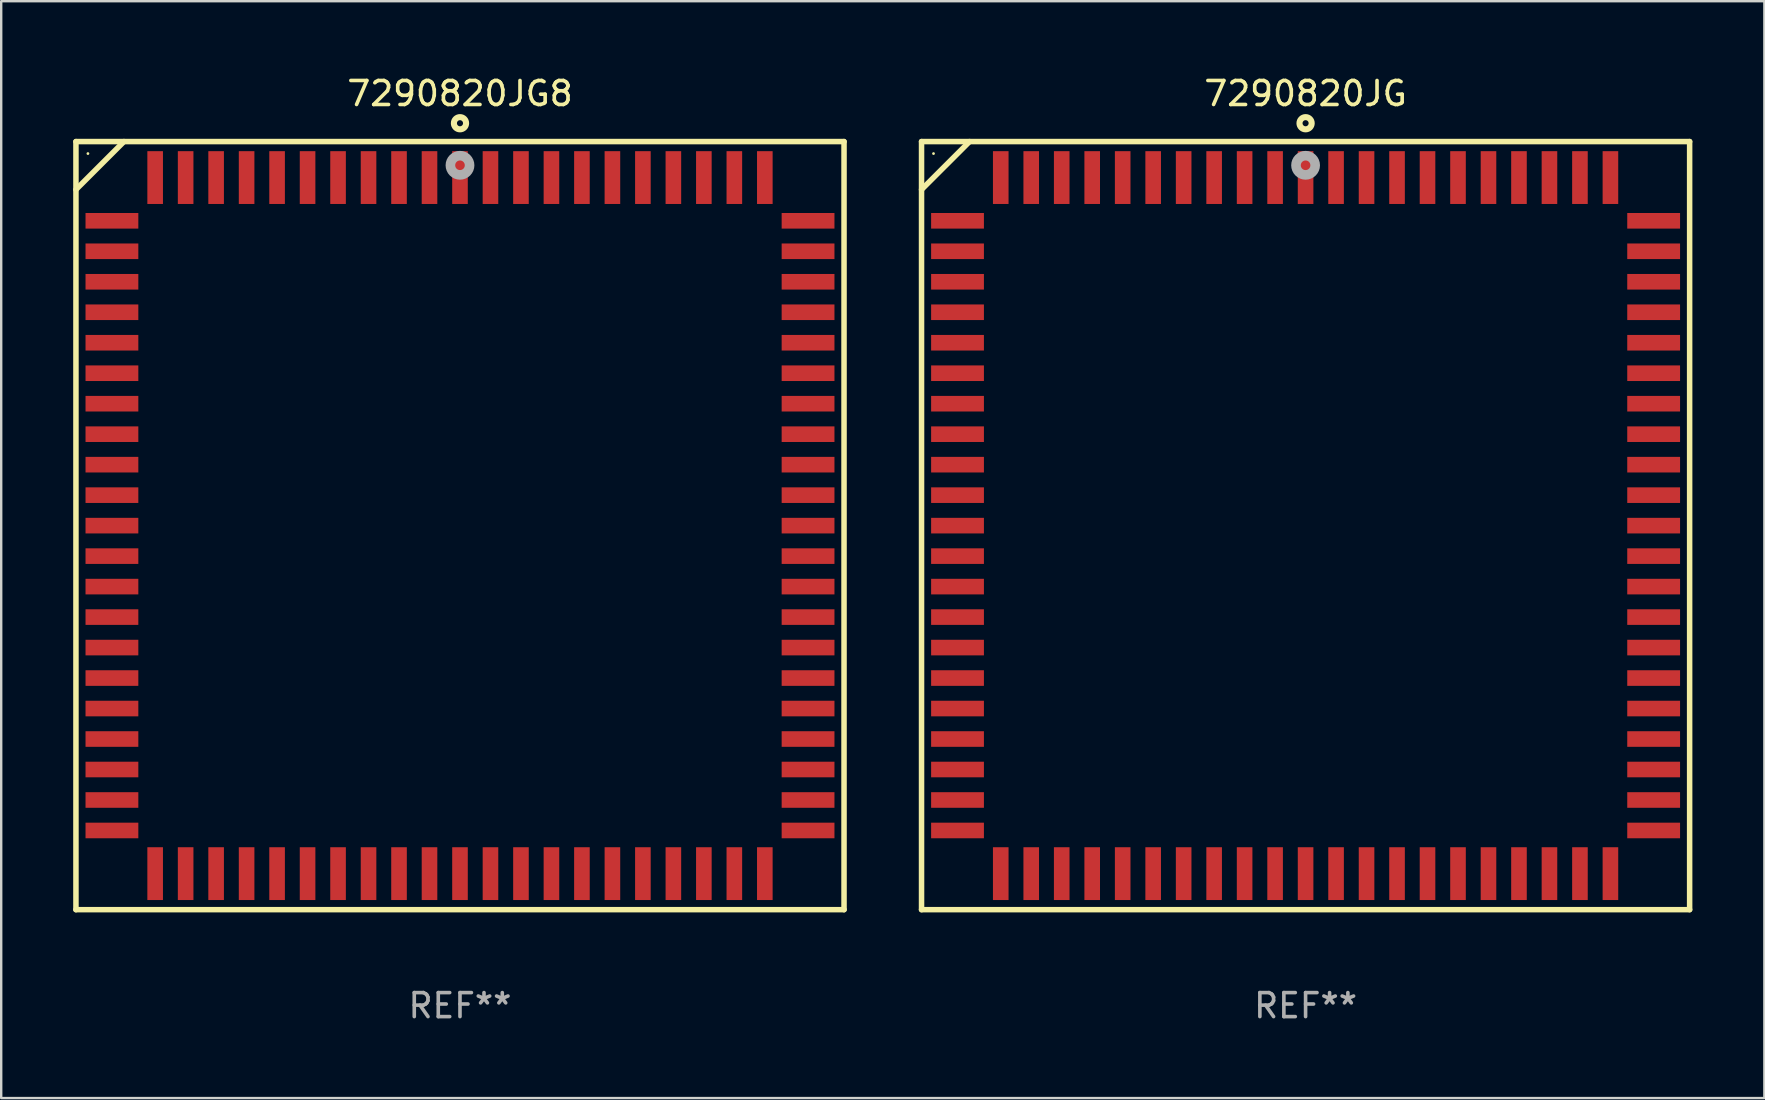
<source format=kicad_pcb>
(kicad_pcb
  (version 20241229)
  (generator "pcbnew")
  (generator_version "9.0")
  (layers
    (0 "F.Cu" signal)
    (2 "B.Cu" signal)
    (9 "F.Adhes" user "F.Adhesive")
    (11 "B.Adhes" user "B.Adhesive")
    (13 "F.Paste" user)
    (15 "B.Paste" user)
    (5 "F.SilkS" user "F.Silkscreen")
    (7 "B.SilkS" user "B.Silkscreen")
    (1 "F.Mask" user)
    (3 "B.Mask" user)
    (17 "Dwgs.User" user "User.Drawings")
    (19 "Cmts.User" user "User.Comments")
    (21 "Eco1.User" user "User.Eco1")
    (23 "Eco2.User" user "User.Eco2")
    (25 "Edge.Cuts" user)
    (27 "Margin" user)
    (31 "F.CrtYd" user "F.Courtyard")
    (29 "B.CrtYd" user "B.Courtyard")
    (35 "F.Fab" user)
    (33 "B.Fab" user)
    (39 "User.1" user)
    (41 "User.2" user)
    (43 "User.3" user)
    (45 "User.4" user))
  (footprint "7290820JG8"
    (layer "F.Cu")
    (at 16.114 18.848)
    (property "Reference" "7290820JG8" (at 0 -18 0) (layer "F.SilkS") (effects (font (size 1 1) (thickness 0.15))))
    (attr through_hole)
    (fp_line (start -16 -16) (end -16 16) (stroke (width 0.229) (type solid)) (layer "F.SilkS"))
    (fp_line (start -16 16) (end 16 16) (stroke (width 0.229) (type solid)) (layer "F.SilkS"))
    (fp_line (start -14 -16) (end -16 -14) (stroke (width 0.229) (type solid)) (layer "F.SilkS"))
    (fp_line (start 16 -16) (end -16 -16) (stroke (width 0.229) (type solid)) (layer "F.SilkS"))
    (fp_line (start 16 16) (end 16 -16) (stroke (width 0.229) (type solid)) (layer "F.SilkS"))
    (fp_circle (center -15.501 -15.5) (end -15.471 -15.5) (stroke (width 0.06) (type solid)) (fill no) (layer "F.SilkS"))
    (fp_circle (center 0 -16.764) (end 0.254 -16.764) (stroke (width 0.254) (type solid)) (fill no) (layer "F.SilkS"))
    (fp_circle (center 0.000102 -15.012) (end 0.2 -15.012) (stroke (width 0.4) (type solid)) (fill no) (layer "F.Fab"))
    (fp_text user "REF**" (at 0 20 0) (layer "F.Fab") (effects (font (size 1 1) (thickness 0.15))))
    (pad "1" smd rect (at 0 -14.5 180) (size 0.65 2.2) (layers "F.Cu" "F.Mask" "F.Paste"))
    (pad "2" smd rect (at -1.27 -14.5 180) (size 0.65 2.2) (layers "F.Cu" "F.Mask" "F.Paste"))
    (pad "3" smd rect (at -2.54 -14.5 180) (size 0.65 2.2) (layers "F.Cu" "F.Mask" "F.Paste"))
    (pad "4" smd rect (at -3.81 -14.5 180) (size 0.65 2.2) (layers "F.Cu" "F.Mask" "F.Paste"))
    (pad "5" smd rect (at -5.08 -14.5 180) (size 0.65 2.2) (layers "F.Cu" "F.Mask" "F.Paste"))
    (pad "6" smd rect (at -6.35 -14.5 180) (size 0.65 2.2) (layers "F.Cu" "F.Mask" "F.Paste"))
    (pad "7" smd rect (at -7.62 -14.5 180) (size 0.65 2.2) (layers "F.Cu" "F.Mask" "F.Paste"))
    (pad "8" smd rect (at -8.89 -14.5 180) (size 0.65 2.2) (layers "F.Cu" "F.Mask" "F.Paste"))
    (pad "9" smd rect (at -10.16 -14.5 180) (size 0.65 2.2) (layers "F.Cu" "F.Mask" "F.Paste"))
    (pad "10" smd rect (at -11.43 -14.5 180) (size 0.65 2.2) (layers "F.Cu" "F.Mask" "F.Paste"))
    (pad "11" smd rect (at -12.7 -14.5 180) (size 0.65 2.2) (layers "F.Cu" "F.Mask" "F.Paste"))
    (pad "12" smd rect (at -14.501 -12.699 180) (size 2.2 0.65) (layers "F.Cu" "F.Mask" "F.Paste"))
    (pad "13" smd rect (at -14.501 -11.429 180) (size 2.2 0.65) (layers "F.Cu" "F.Mask" "F.Paste"))
    (pad "14" smd rect (at -14.501 -10.159 180) (size 2.2 0.65) (layers "F.Cu" "F.Mask" "F.Paste"))
    (pad "15" smd rect (at -14.501 -8.889 180) (size 2.2 0.65) (layers "F.Cu" "F.Mask" "F.Paste"))
    (pad "16" smd rect (at -14.501 -7.619 180) (size 2.2 0.65) (layers "F.Cu" "F.Mask" "F.Paste"))
    (pad "17" smd rect (at -14.501 -6.349 180) (size 2.2 0.65) (layers "F.Cu" "F.Mask" "F.Paste"))
    (pad "18" smd rect (at -14.501 -5.079 180) (size 2.2 0.65) (layers "F.Cu" "F.Mask" "F.Paste"))
    (pad "19" smd rect (at -14.501 -3.809 180) (size 2.2 0.65) (layers "F.Cu" "F.Mask" "F.Paste"))
    (pad "20" smd rect (at -14.501 -2.539 180) (size 2.2 0.65) (layers "F.Cu" "F.Mask" "F.Paste"))
    (pad "21" smd rect (at -14.501 -1.269 180) (size 2.2 0.65) (layers "F.Cu" "F.Mask" "F.Paste"))
    (pad "22" smd rect (at -14.501 0.001 180) (size 2.2 0.65) (layers "F.Cu" "F.Mask" "F.Paste"))
    (pad "23" smd rect (at -14.501 1.271 180) (size 2.2 0.65) (layers "F.Cu" "F.Mask" "F.Paste"))
    (pad "24" smd rect (at -14.501 2.541 180) (size 2.2 0.65) (layers "F.Cu" "F.Mask" "F.Paste"))
    (pad "25" smd rect (at -14.501 3.811 180) (size 2.2 0.65) (layers "F.Cu" "F.Mask" "F.Paste"))
    (pad "26" smd rect (at -14.501 5.081 180) (size 2.2 0.65) (layers "F.Cu" "F.Mask" "F.Paste"))
    (pad "27" smd rect (at -14.501 6.351 180) (size 2.2 0.65) (layers "F.Cu" "F.Mask" "F.Paste"))
    (pad "28" smd rect (at -14.501 7.621 180) (size 2.2 0.65) (layers "F.Cu" "F.Mask" "F.Paste"))
    (pad "29" smd rect (at -14.501 8.891 180) (size 2.2 0.65) (layers "F.Cu" "F.Mask" "F.Paste"))
    (pad "30" smd rect (at -14.501 10.161 180) (size 2.2 0.65) (layers "F.Cu" "F.Mask" "F.Paste"))
    (pad "31" smd rect (at -14.501 11.431 180) (size 2.2 0.65) (layers "F.Cu" "F.Mask" "F.Paste"))
    (pad "32" smd rect (at -14.501 12.701 180) (size 2.2 0.65) (layers "F.Cu" "F.Mask" "F.Paste"))
    (pad "33" smd rect (at -12.7 14.499 180) (size 0.65 2.2) (layers "F.Cu" "F.Mask" "F.Paste"))
    (pad "34" smd rect (at -11.43 14.499 180) (size 0.65 2.2) (layers "F.Cu" "F.Mask" "F.Paste"))
    (pad "35" smd rect (at -10.16 14.499 180) (size 0.65 2.2) (layers "F.Cu" "F.Mask" "F.Paste"))
    (pad "36" smd rect (at -8.89 14.499 180) (size 0.65 2.2) (layers "F.Cu" "F.Mask" "F.Paste"))
    (pad "37" smd rect (at -7.62 14.499 180) (size 0.65 2.2) (layers "F.Cu" "F.Mask" "F.Paste"))
    (pad "38" smd rect (at -6.35 14.499 180) (size 0.65 2.2) (layers "F.Cu" "F.Mask" "F.Paste"))
    (pad "39" smd rect (at -5.08 14.499 180) (size 0.65 2.2) (layers "F.Cu" "F.Mask" "F.Paste"))
    (pad "40" smd rect (at -3.81 14.499 180) (size 0.65 2.2) (layers "F.Cu" "F.Mask" "F.Paste"))
    (pad "41" smd rect (at -2.54 14.499 180) (size 0.65 2.2) (layers "F.Cu" "F.Mask" "F.Paste"))
    (pad "42" smd rect (at -1.27 14.499 180) (size 0.65 2.2) (layers "F.Cu" "F.Mask" "F.Paste"))
    (pad "43" smd rect (at 0 14.499 180) (size 0.65 2.2) (layers "F.Cu" "F.Mask" "F.Paste"))
    (pad "44" smd rect (at 1.27 14.499 180) (size 0.65 2.2) (layers "F.Cu" "F.Mask" "F.Paste"))
    (pad "45" smd rect (at 2.54 14.499 180) (size 0.65 2.2) (layers "F.Cu" "F.Mask" "F.Paste"))
    (pad "46" smd rect (at 3.81 14.499 180) (size 0.65 2.2) (layers "F.Cu" "F.Mask" "F.Paste"))
    (pad "47" smd rect (at 5.08 14.499 180) (size 0.65 2.2) (layers "F.Cu" "F.Mask" "F.Paste"))
    (pad "48" smd rect (at 6.35 14.499 180) (size 0.65 2.2) (layers "F.Cu" "F.Mask" "F.Paste"))
    (pad "49" smd rect (at 7.62 14.499 180) (size 0.65 2.2) (layers "F.Cu" "F.Mask" "F.Paste"))
    (pad "50" smd rect (at 8.89 14.499 180) (size 0.65 2.2) (layers "F.Cu" "F.Mask" "F.Paste"))
    (pad "51" smd rect (at 10.16 14.499 180) (size 0.65 2.2) (layers "F.Cu" "F.Mask" "F.Paste"))
    (pad "52" smd rect (at 11.43 14.499 180) (size 0.65 2.2) (layers "F.Cu" "F.Mask" "F.Paste"))
    (pad "53" smd rect (at 12.7 14.499 180) (size 0.65 2.2) (layers "F.Cu" "F.Mask" "F.Paste"))
    (pad "54" smd rect (at 14.501 12.701 180) (size 2.2 0.65) (layers "F.Cu" "F.Mask" "F.Paste"))
    (pad "55" smd rect (at 14.501 11.431 180) (size 2.2 0.65) (layers "F.Cu" "F.Mask" "F.Paste"))
    (pad "56" smd rect (at 14.501 10.161 180) (size 2.2 0.65) (layers "F.Cu" "F.Mask" "F.Paste"))
    (pad "57" smd rect (at 14.501 8.891 180) (size 2.2 0.65) (layers "F.Cu" "F.Mask" "F.Paste"))
    (pad "58" smd rect (at 14.501 7.621 180) (size 2.2 0.65) (layers "F.Cu" "F.Mask" "F.Paste"))
    (pad "59" smd rect (at 14.501 6.351 180) (size 2.2 0.65) (layers "F.Cu" "F.Mask" "F.Paste"))
    (pad "60" smd rect (at 14.501 5.081 180) (size 2.2 0.65) (layers "F.Cu" "F.Mask" "F.Paste"))
    (pad "61" smd rect (at 14.501 3.811 180) (size 2.2 0.65) (layers "F.Cu" "F.Mask" "F.Paste"))
    (pad "62" smd rect (at 14.501 2.541 180) (size 2.2 0.65) (layers "F.Cu" "F.Mask" "F.Paste"))
    (pad "63" smd rect (at 14.501 1.271 180) (size 2.2 0.65) (layers "F.Cu" "F.Mask" "F.Paste"))
    (pad "64" smd rect (at 14.501 0.001 180) (size 2.2 0.65) (layers "F.Cu" "F.Mask" "F.Paste"))
    (pad "65" smd rect (at 14.501 -1.269 180) (size 2.2 0.65) (layers "F.Cu" "F.Mask" "F.Paste"))
    (pad "66" smd rect (at 14.501 -2.539 180) (size 2.2 0.65) (layers "F.Cu" "F.Mask" "F.Paste"))
    (pad "67" smd rect (at 14.501 -3.809 180) (size 2.2 0.65) (layers "F.Cu" "F.Mask" "F.Paste"))
    (pad "68" smd rect (at 14.501 -5.079 180) (size 2.2 0.65) (layers "F.Cu" "F.Mask" "F.Paste"))
    (pad "69" smd rect (at 14.501 -6.349 180) (size 2.2 0.65) (layers "F.Cu" "F.Mask" "F.Paste"))
    (pad "70" smd rect (at 14.501 -7.619 180) (size 2.2 0.65) (layers "F.Cu" "F.Mask" "F.Paste"))
    (pad "71" smd rect (at 14.501 -8.889 180) (size 2.2 0.65) (layers "F.Cu" "F.Mask" "F.Paste"))
    (pad "72" smd rect (at 14.501 -10.159 180) (size 2.2 0.65) (layers "F.Cu" "F.Mask" "F.Paste"))
    (pad "73" smd rect (at 14.501 -11.429 180) (size 2.2 0.65) (layers "F.Cu" "F.Mask" "F.Paste"))
    (pad "74" smd rect (at 14.501 -12.699 180) (size 2.2 0.65) (layers "F.Cu" "F.Mask" "F.Paste"))
    (pad "75" smd rect (at 12.7 -14.5 180) (size 0.65 2.2) (layers "F.Cu" "F.Mask" "F.Paste"))
    (pad "76" smd rect (at 11.43 -14.5 180) (size 0.65 2.2) (layers "F.Cu" "F.Mask" "F.Paste"))
    (pad "77" smd rect (at 10.16 -14.5 180) (size 0.65 2.2) (layers "F.Cu" "F.Mask" "F.Paste"))
    (pad "78" smd rect (at 8.89 -14.5 180) (size 0.65 2.2) (layers "F.Cu" "F.Mask" "F.Paste"))
    (pad "79" smd rect (at 7.62 -14.5 180) (size 0.65 2.2) (layers "F.Cu" "F.Mask" "F.Paste"))
    (pad "80" smd rect (at 6.35 -14.5 180) (size 0.65 2.2) (layers "F.Cu" "F.Mask" "F.Paste"))
    (pad "81" smd rect (at 5.08 -14.5 180) (size 0.65 2.2) (layers "F.Cu" "F.Mask" "F.Paste"))
    (pad "82" smd rect (at 3.81 -14.5 180) (size 0.65 2.2) (layers "F.Cu" "F.Mask" "F.Paste"))
    (pad "83" smd rect (at 2.54 -14.5 180) (size 0.65 2.2) (layers "F.Cu" "F.Mask" "F.Paste"))
    (pad "84" smd rect (at 1.27 -14.5 180) (size 0.65 2.2) (layers "F.Cu" "F.Mask" "F.Paste")))
  (footprint "7290820JG"
    (layer "F.Cu")
    (at 51.343 18.848)
    (property "Reference" "7290820JG" (at 0 -18 0) (layer "F.SilkS") (effects (font (size 1 1) (thickness 0.15))))
    (attr through_hole)
    (fp_line (start -16 -16) (end -16 16) (stroke (width 0.229) (type solid)) (layer "F.SilkS"))
    (fp_line (start -16 16) (end 16 16) (stroke (width 0.229) (type solid)) (layer "F.SilkS"))
    (fp_line (start -14 -16) (end -16 -14) (stroke (width 0.229) (type solid)) (layer "F.SilkS"))
    (fp_line (start 16 -16) (end -16 -16) (stroke (width 0.229) (type solid)) (layer "F.SilkS"))
    (fp_line (start 16 16) (end 16 -16) (stroke (width 0.229) (type solid)) (layer "F.SilkS"))
    (fp_circle (center -15.501 -15.5) (end -15.471 -15.5) (stroke (width 0.06) (type solid)) (fill no) (layer "F.SilkS"))
    (fp_circle (center 0 -16.764) (end 0.254 -16.764) (stroke (width 0.254) (type solid)) (fill no) (layer "F.SilkS"))
    (fp_circle (center 0.000102 -15.012) (end 0.2 -15.012) (stroke (width 0.4) (type solid)) (fill no) (layer "F.Fab"))
    (fp_text user "REF**" (at 0 20 0) (layer "F.Fab") (effects (font (size 1 1) (thickness 0.15))))
    (pad "1" smd rect (at 0 -14.5 180) (size 0.65 2.2) (layers "F.Cu" "F.Mask" "F.Paste"))
    (pad "2" smd rect (at -1.27 -14.5 180) (size 0.65 2.2) (layers "F.Cu" "F.Mask" "F.Paste"))
    (pad "3" smd rect (at -2.54 -14.5 180) (size 0.65 2.2) (layers "F.Cu" "F.Mask" "F.Paste"))
    (pad "4" smd rect (at -3.81 -14.5 180) (size 0.65 2.2) (layers "F.Cu" "F.Mask" "F.Paste"))
    (pad "5" smd rect (at -5.08 -14.5 180) (size 0.65 2.2) (layers "F.Cu" "F.Mask" "F.Paste"))
    (pad "6" smd rect (at -6.35 -14.5 180) (size 0.65 2.2) (layers "F.Cu" "F.Mask" "F.Paste"))
    (pad "7" smd rect (at -7.62 -14.5 180) (size 0.65 2.2) (layers "F.Cu" "F.Mask" "F.Paste"))
    (pad "8" smd rect (at -8.89 -14.5 180) (size 0.65 2.2) (layers "F.Cu" "F.Mask" "F.Paste"))
    (pad "9" smd rect (at -10.16 -14.5 180) (size 0.65 2.2) (layers "F.Cu" "F.Mask" "F.Paste"))
    (pad "10" smd rect (at -11.43 -14.5 180) (size 0.65 2.2) (layers "F.Cu" "F.Mask" "F.Paste"))
    (pad "11" smd rect (at -12.7 -14.5 180) (size 0.65 2.2) (layers "F.Cu" "F.Mask" "F.Paste"))
    (pad "12" smd rect (at -14.501 -12.699 180) (size 2.2 0.65) (layers "F.Cu" "F.Mask" "F.Paste"))
    (pad "13" smd rect (at -14.501 -11.429 180) (size 2.2 0.65) (layers "F.Cu" "F.Mask" "F.Paste"))
    (pad "14" smd rect (at -14.501 -10.159 180) (size 2.2 0.65) (layers "F.Cu" "F.Mask" "F.Paste"))
    (pad "15" smd rect (at -14.501 -8.889 180) (size 2.2 0.65) (layers "F.Cu" "F.Mask" "F.Paste"))
    (pad "16" smd rect (at -14.501 -7.619 180) (size 2.2 0.65) (layers "F.Cu" "F.Mask" "F.Paste"))
    (pad "17" smd rect (at -14.501 -6.349 180) (size 2.2 0.65) (layers "F.Cu" "F.Mask" "F.Paste"))
    (pad "18" smd rect (at -14.501 -5.079 180) (size 2.2 0.65) (layers "F.Cu" "F.Mask" "F.Paste"))
    (pad "19" smd rect (at -14.501 -3.809 180) (size 2.2 0.65) (layers "F.Cu" "F.Mask" "F.Paste"))
    (pad "20" smd rect (at -14.501 -2.539 180) (size 2.2 0.65) (layers "F.Cu" "F.Mask" "F.Paste"))
    (pad "21" smd rect (at -14.501 -1.269 180) (size 2.2 0.65) (layers "F.Cu" "F.Mask" "F.Paste"))
    (pad "22" smd rect (at -14.501 0.001 180) (size 2.2 0.65) (layers "F.Cu" "F.Mask" "F.Paste"))
    (pad "23" smd rect (at -14.501 1.271 180) (size 2.2 0.65) (layers "F.Cu" "F.Mask" "F.Paste"))
    (pad "24" smd rect (at -14.501 2.541 180) (size 2.2 0.65) (layers "F.Cu" "F.Mask" "F.Paste"))
    (pad "25" smd rect (at -14.501 3.811 180) (size 2.2 0.65) (layers "F.Cu" "F.Mask" "F.Paste"))
    (pad "26" smd rect (at -14.501 5.081 180) (size 2.2 0.65) (layers "F.Cu" "F.Mask" "F.Paste"))
    (pad "27" smd rect (at -14.501 6.351 180) (size 2.2 0.65) (layers "F.Cu" "F.Mask" "F.Paste"))
    (pad "28" smd rect (at -14.501 7.621 180) (size 2.2 0.65) (layers "F.Cu" "F.Mask" "F.Paste"))
    (pad "29" smd rect (at -14.501 8.891 180) (size 2.2 0.65) (layers "F.Cu" "F.Mask" "F.Paste"))
    (pad "30" smd rect (at -14.501 10.161 180) (size 2.2 0.65) (layers "F.Cu" "F.Mask" "F.Paste"))
    (pad "31" smd rect (at -14.501 11.431 180) (size 2.2 0.65) (layers "F.Cu" "F.Mask" "F.Paste"))
    (pad "32" smd rect (at -14.501 12.701 180) (size 2.2 0.65) (layers "F.Cu" "F.Mask" "F.Paste"))
    (pad "33" smd rect (at -12.7 14.499 180) (size 0.65 2.2) (layers "F.Cu" "F.Mask" "F.Paste"))
    (pad "34" smd rect (at -11.43 14.499 180) (size 0.65 2.2) (layers "F.Cu" "F.Mask" "F.Paste"))
    (pad "35" smd rect (at -10.16 14.499 180) (size 0.65 2.2) (layers "F.Cu" "F.Mask" "F.Paste"))
    (pad "36" smd rect (at -8.89 14.499 180) (size 0.65 2.2) (layers "F.Cu" "F.Mask" "F.Paste"))
    (pad "37" smd rect (at -7.62 14.499 180) (size 0.65 2.2) (layers "F.Cu" "F.Mask" "F.Paste"))
    (pad "38" smd rect (at -6.35 14.499 180) (size 0.65 2.2) (layers "F.Cu" "F.Mask" "F.Paste"))
    (pad "39" smd rect (at -5.08 14.499 180) (size 0.65 2.2) (layers "F.Cu" "F.Mask" "F.Paste"))
    (pad "40" smd rect (at -3.81 14.499 180) (size 0.65 2.2) (layers "F.Cu" "F.Mask" "F.Paste"))
    (pad "41" smd rect (at -2.54 14.499 180) (size 0.65 2.2) (layers "F.Cu" "F.Mask" "F.Paste"))
    (pad "42" smd rect (at -1.27 14.499 180) (size 0.65 2.2) (layers "F.Cu" "F.Mask" "F.Paste"))
    (pad "43" smd rect (at 0 14.499 180) (size 0.65 2.2) (layers "F.Cu" "F.Mask" "F.Paste"))
    (pad "44" smd rect (at 1.27 14.499 180) (size 0.65 2.2) (layers "F.Cu" "F.Mask" "F.Paste"))
    (pad "45" smd rect (at 2.54 14.499 180) (size 0.65 2.2) (layers "F.Cu" "F.Mask" "F.Paste"))
    (pad "46" smd rect (at 3.81 14.499 180) (size 0.65 2.2) (layers "F.Cu" "F.Mask" "F.Paste"))
    (pad "47" smd rect (at 5.08 14.499 180) (size 0.65 2.2) (layers "F.Cu" "F.Mask" "F.Paste"))
    (pad "48" smd rect (at 6.35 14.499 180) (size 0.65 2.2) (layers "F.Cu" "F.Mask" "F.Paste"))
    (pad "49" smd rect (at 7.62 14.499 180) (size 0.65 2.2) (layers "F.Cu" "F.Mask" "F.Paste"))
    (pad "50" smd rect (at 8.89 14.499 180) (size 0.65 2.2) (layers "F.Cu" "F.Mask" "F.Paste"))
    (pad "51" smd rect (at 10.16 14.499 180) (size 0.65 2.2) (layers "F.Cu" "F.Mask" "F.Paste"))
    (pad "52" smd rect (at 11.43 14.499 180) (size 0.65 2.2) (layers "F.Cu" "F.Mask" "F.Paste"))
    (pad "53" smd rect (at 12.7 14.499 180) (size 0.65 2.2) (layers "F.Cu" "F.Mask" "F.Paste"))
    (pad "54" smd rect (at 14.501 12.701 180) (size 2.2 0.65) (layers "F.Cu" "F.Mask" "F.Paste"))
    (pad "55" smd rect (at 14.501 11.431 180) (size 2.2 0.65) (layers "F.Cu" "F.Mask" "F.Paste"))
    (pad "56" smd rect (at 14.501 10.161 180) (size 2.2 0.65) (layers "F.Cu" "F.Mask" "F.Paste"))
    (pad "57" smd rect (at 14.501 8.891 180) (size 2.2 0.65) (layers "F.Cu" "F.Mask" "F.Paste"))
    (pad "58" smd rect (at 14.501 7.621 180) (size 2.2 0.65) (layers "F.Cu" "F.Mask" "F.Paste"))
    (pad "59" smd rect (at 14.501 6.351 180) (size 2.2 0.65) (layers "F.Cu" "F.Mask" "F.Paste"))
    (pad "60" smd rect (at 14.501 5.081 180) (size 2.2 0.65) (layers "F.Cu" "F.Mask" "F.Paste"))
    (pad "61" smd rect (at 14.501 3.811 180) (size 2.2 0.65) (layers "F.Cu" "F.Mask" "F.Paste"))
    (pad "62" smd rect (at 14.501 2.541 180) (size 2.2 0.65) (layers "F.Cu" "F.Mask" "F.Paste"))
    (pad "63" smd rect (at 14.501 1.271 180) (size 2.2 0.65) (layers "F.Cu" "F.Mask" "F.Paste"))
    (pad "64" smd rect (at 14.501 0.001 180) (size 2.2 0.65) (layers "F.Cu" "F.Mask" "F.Paste"))
    (pad "65" smd rect (at 14.501 -1.269 180) (size 2.2 0.65) (layers "F.Cu" "F.Mask" "F.Paste"))
    (pad "66" smd rect (at 14.501 -2.539 180) (size 2.2 0.65) (layers "F.Cu" "F.Mask" "F.Paste"))
    (pad "67" smd rect (at 14.501 -3.809 180) (size 2.2 0.65) (layers "F.Cu" "F.Mask" "F.Paste"))
    (pad "68" smd rect (at 14.501 -5.079 180) (size 2.2 0.65) (layers "F.Cu" "F.Mask" "F.Paste"))
    (pad "69" smd rect (at 14.501 -6.349 180) (size 2.2 0.65) (layers "F.Cu" "F.Mask" "F.Paste"))
    (pad "70" smd rect (at 14.501 -7.619 180) (size 2.2 0.65) (layers "F.Cu" "F.Mask" "F.Paste"))
    (pad "71" smd rect (at 14.501 -8.889 180) (size 2.2 0.65) (layers "F.Cu" "F.Mask" "F.Paste"))
    (pad "72" smd rect (at 14.501 -10.159 180) (size 2.2 0.65) (layers "F.Cu" "F.Mask" "F.Paste"))
    (pad "73" smd rect (at 14.501 -11.429 180) (size 2.2 0.65) (layers "F.Cu" "F.Mask" "F.Paste"))
    (pad "74" smd rect (at 14.501 -12.699 180) (size 2.2 0.65) (layers "F.Cu" "F.Mask" "F.Paste"))
    (pad "75" smd rect (at 12.7 -14.5 180) (size 0.65 2.2) (layers "F.Cu" "F.Mask" "F.Paste"))
    (pad "76" smd rect (at 11.43 -14.5 180) (size 0.65 2.2) (layers "F.Cu" "F.Mask" "F.Paste"))
    (pad "77" smd rect (at 10.16 -14.5 180) (size 0.65 2.2) (layers "F.Cu" "F.Mask" "F.Paste"))
    (pad "78" smd rect (at 8.89 -14.5 180) (size 0.65 2.2) (layers "F.Cu" "F.Mask" "F.Paste"))
    (pad "79" smd rect (at 7.62 -14.5 180) (size 0.65 2.2) (layers "F.Cu" "F.Mask" "F.Paste"))
    (pad "80" smd rect (at 6.35 -14.5 180) (size 0.65 2.2) (layers "F.Cu" "F.Mask" "F.Paste"))
    (pad "81" smd rect (at 5.08 -14.5 180) (size 0.65 2.2) (layers "F.Cu" "F.Mask" "F.Paste"))
    (pad "82" smd rect (at 3.81 -14.5 180) (size 0.65 2.2) (layers "F.Cu" "F.Mask" "F.Paste"))
    (pad "83" smd rect (at 2.54 -14.5 180) (size 0.65 2.2) (layers "F.Cu" "F.Mask" "F.Paste"))
    (pad "84" smd rect (at 1.27 -14.5 180) (size 0.65 2.2) (layers "F.Cu" "F.Mask" "F.Paste")))
  (gr_rect
    (start -3 -3)
    (end 70.457 42.697)
    (stroke (width 0.1) (type default))
    (fill no)
    (layer "Edge.Cuts")))
</source>
